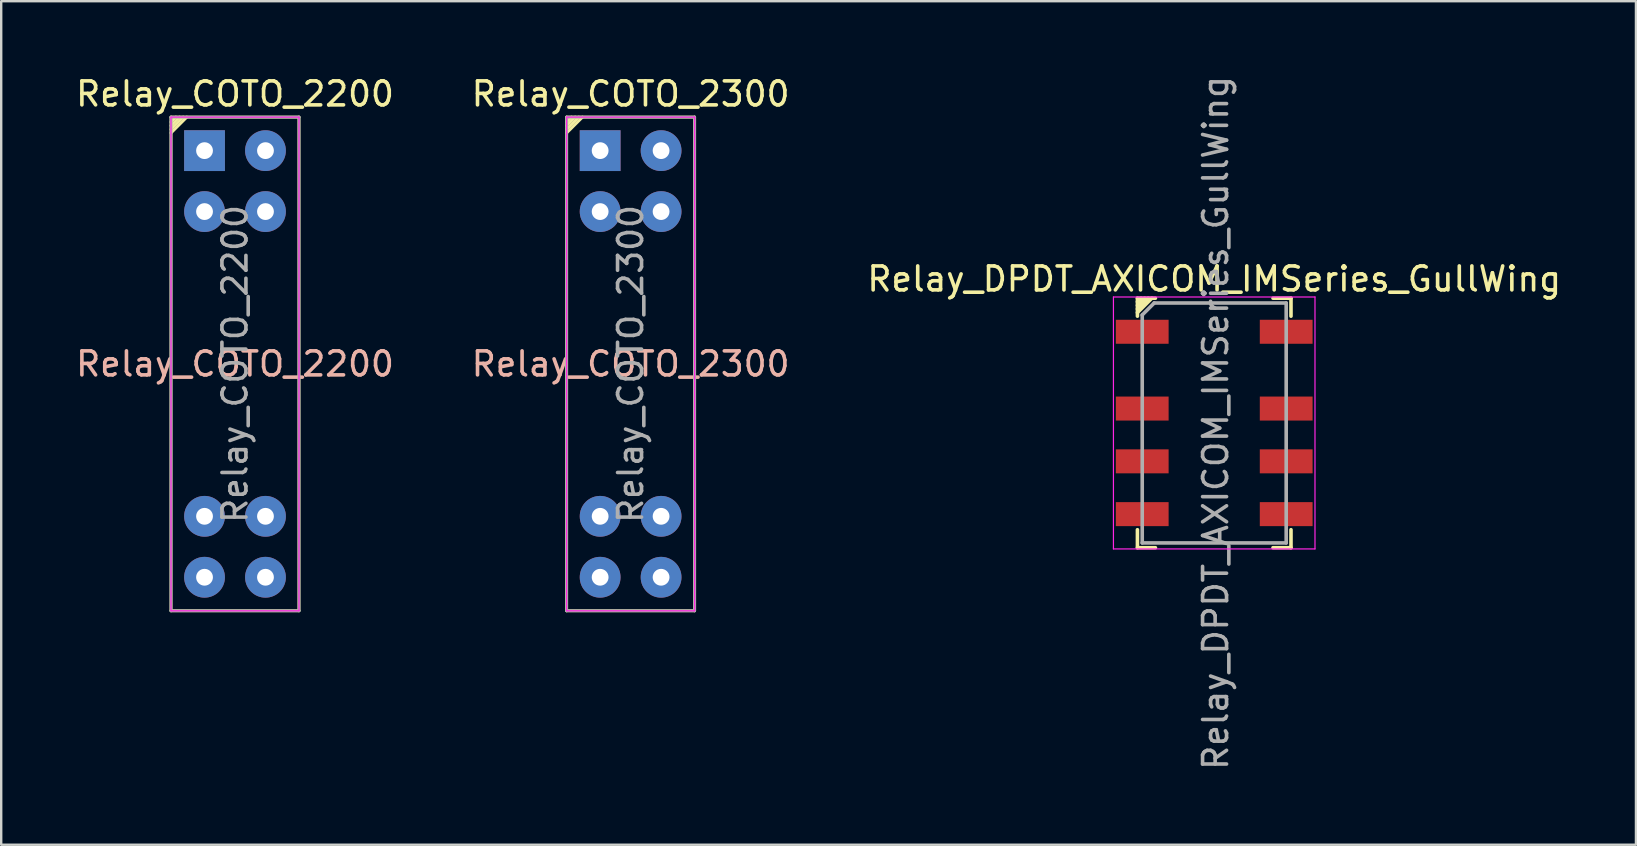
<source format=kicad_pcb>
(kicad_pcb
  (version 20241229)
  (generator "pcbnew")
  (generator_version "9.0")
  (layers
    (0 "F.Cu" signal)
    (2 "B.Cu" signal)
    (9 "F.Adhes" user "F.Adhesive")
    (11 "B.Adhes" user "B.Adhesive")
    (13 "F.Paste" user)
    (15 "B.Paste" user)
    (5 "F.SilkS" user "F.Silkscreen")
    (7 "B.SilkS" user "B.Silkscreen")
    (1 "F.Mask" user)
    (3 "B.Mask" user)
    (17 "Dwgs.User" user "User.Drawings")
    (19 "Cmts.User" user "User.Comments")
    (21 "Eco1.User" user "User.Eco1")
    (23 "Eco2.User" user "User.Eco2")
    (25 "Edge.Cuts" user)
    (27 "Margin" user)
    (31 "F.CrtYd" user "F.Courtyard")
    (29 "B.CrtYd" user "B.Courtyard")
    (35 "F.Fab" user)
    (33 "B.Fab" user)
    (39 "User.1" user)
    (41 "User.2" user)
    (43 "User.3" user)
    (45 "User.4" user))
  (footprint "Relay_COTO_2200"
    (layer "F.Cu")
    (at 6.744 12.118)
    (property "Reference" "Relay_COTO_2200" (at 0 -10.668 0) (layer "F.SilkS") (effects (font (size 1 1) (thickness 0.15)) (justify bottom)))
    (property "BotReference" "${REFERENCE}" (at 0 0 0) (layer "B.SilkS") (effects (font (size 1 1) (thickness 0.15))))
    (attr through_hole)
    (fp_line (start -2.667 -10.287) (end 2.667 -10.287) (stroke (width 0.12) (type solid)) (layer "F.SilkS"))
    (fp_line (start -2.667 -10.084) (end -2.464 -10.287) (stroke (width 0.12) (type solid)) (layer "F.SilkS"))
    (fp_line (start -2.667 -9.931) (end -2.311 -10.287) (stroke (width 0.12) (type solid)) (layer "F.SilkS"))
    (fp_line (start -2.667 -9.779) (end -2.159 -10.287) (stroke (width 0.12) (type solid)) (layer "F.SilkS"))
    (fp_line (start -2.667 -9.627) (end -2.007 -10.287) (stroke (width 0.12) (type solid)) (layer "F.SilkS"))
    (fp_line (start -2.667 10.287) (end -2.667 -10.287) (stroke (width 0.12) (type solid)) (layer "F.SilkS"))
    (fp_line (start 2.667 -10.287) (end 2.667 10.287) (stroke (width 0.12) (type solid)) (layer "F.SilkS"))
    (fp_line (start 2.667 10.287) (end -2.667 10.287) (stroke (width 0.12) (type solid)) (layer "F.SilkS"))
    (fp_line (start -2.667 10.287) (end -2.667 -10.287) (stroke (width 0.05) (type solid)) (layer "F.CrtYd"))
    (fp_line (start -2.667 10.287) (end 2.667 10.287) (stroke (width 0.05) (type solid)) (layer "F.CrtYd"))
    (fp_line (start 2.667 -10.287) (end -2.667 -10.287) (stroke (width 0.05) (type solid)) (layer "F.CrtYd"))
    (fp_line (start 2.667 -10.287) (end 2.667 10.287) (stroke (width 0.05) (type solid)) (layer "F.CrtYd"))
    (fp_line (start -2.667 -10.287) (end 2.667 -10.287) (stroke (width 0.12) (type solid)) (layer "F.Fab"))
    (fp_line (start -2.667 10.287) (end -2.667 -10.287) (stroke (width 0.12) (type solid)) (layer "F.Fab"))
    (fp_line (start 2.667 -10.287) (end 2.667 10.287) (stroke (width 0.12) (type solid)) (layer "F.Fab"))
    (fp_line (start 2.667 10.287) (end -2.667 10.287) (stroke (width 0.12) (type solid)) (layer "F.Fab"))
    (fp_text user "${REFERENCE}" (at 0 0 270) (layer "F.Fab") (effects (font (size 1 1) (thickness 0.15))))
    (pad "1" thru_hole rect (at -1.27 -8.89 270) (size 1.7 1.7) (drill 0.7) (layers "*.Cu" "*.Mask"))
    (pad "2" thru_hole circle (at -1.27 -6.35 270) (size 1.7 1.7) (drill 0.7) (layers "*.Cu" "*.Mask"))
    (pad "3" thru_hole circle (at -1.27 6.35 270) (size 1.7 1.7) (drill 0.7) (layers "*.Cu" "*.Mask"))
    (pad "4" thru_hole circle (at -1.27 8.89 270) (size 1.7 1.7) (drill 0.7) (layers "*.Cu" "*.Mask"))
    (pad "5" thru_hole circle (at 1.27 8.89 270) (size 1.7 1.7) (drill 0.7) (layers "*.Cu" "*.Mask"))
    (pad "6" thru_hole circle (at 1.27 6.35 270) (size 1.7 1.7) (drill 0.7) (layers "*.Cu" "*.Mask"))
    (pad "7" thru_hole circle (at 1.27 -6.35 270) (size 1.7 1.7) (drill 0.7) (layers "*.Cu" "*.Mask"))
    (pad "8" thru_hole circle (at 1.27 -8.89 270) (size 1.7 1.7) (drill 0.7) (layers "*.Cu" "*.Mask")))
  (footprint "Relay_DPDT_AXICOM_IMSeries_GullWing"
    (layer "F.Cu")
    (at 47.554 14.577)
    (property "Reference" "Relay_DPDT_AXICOM_IMSeries_GullWing" (at 0 -6 0) (layer "F.SilkS") (effects (font (size 1 1) (thickness 0.15))))
    (attr smd)
    (fp_line (start -3.2 -5.2) (end -3.2 -4.45) (stroke (width 0.15) (type solid)) (layer "F.SilkS"))
    (fp_line (start -3.2 4.45) (end -3.2 5.2) (stroke (width 0.15) (type solid)) (layer "F.SilkS"))
    (fp_line (start -3.2 5.2) (end -2.45 5.2) (stroke (width 0.15) (type solid)) (layer "F.SilkS"))
    (fp_line (start -3.05 -5.2) (end -3.2 -5.05) (stroke (width 0.15) (type solid)) (layer "F.SilkS"))
    (fp_line (start -2.9 -5.2) (end -3.2 -4.9) (stroke (width 0.15) (type solid)) (layer "F.SilkS"))
    (fp_line (start -2.75 -5.2) (end -3.2 -4.75) (stroke (width 0.15) (type solid)) (layer "F.SilkS"))
    (fp_line (start -2.6 -5.2) (end -3.2 -4.6) (stroke (width 0.15) (type solid)) (layer "F.SilkS"))
    (fp_line (start -2.45 -5.2) (end -3.2 -5.2) (stroke (width 0.15) (type solid)) (layer "F.SilkS"))
    (fp_line (start 2.45 -5.2) (end 3.2 -5.2) (stroke (width 0.15) (type solid)) (layer "F.SilkS"))
    (fp_line (start 2.45 5.2) (end 3.2 5.2) (stroke (width 0.15) (type solid)) (layer "F.SilkS"))
    (fp_line (start 3.2 -5.2) (end 3.2 -4.45) (stroke (width 0.15) (type solid)) (layer "F.SilkS"))
    (fp_line (start 3.2 4.45) (end 3.2 5.2) (stroke (width 0.15) (type solid)) (layer "F.SilkS"))
    (fp_line (start -4.2 -5.25) (end -4.2 5.25) (stroke (width 0.05) (type solid)) (layer "F.CrtYd"))
    (fp_line (start -4.2 5.25) (end 4.2 5.25) (stroke (width 0.05) (type solid)) (layer "F.CrtYd"))
    (fp_line (start 4.2 -5.25) (end -4.2 -5.25) (stroke (width 0.05) (type solid)) (layer "F.CrtYd"))
    (fp_line (start 4.2 5.25) (end 4.2 -5.25) (stroke (width 0.05) (type solid)) (layer "F.CrtYd"))
    (fp_line (start -3 -4.5) (end -2.5 -5) (stroke (width 0.15) (type solid)) (layer "F.Fab"))
    (fp_line (start -3 5) (end -3 -4.5) (stroke (width 0.15) (type solid)) (layer "F.Fab"))
    (fp_line (start -2.5 -5) (end 3 -5) (stroke (width 0.15) (type solid)) (layer "F.Fab"))
    (fp_line (start 3 -5) (end 3 5) (stroke (width 0.15) (type solid)) (layer "F.Fab"))
    (fp_line (start 3 5) (end -3 5) (stroke (width 0.15) (type solid)) (layer "F.Fab"))
    (fp_text user "${REFERENCE}" (at 0.06 0 90) (layer "F.Fab") (effects (font (size 1 1) (thickness 0.15))))
    (pad "1" smd rect (at -3 -3.8) (size 2.2 1) (layers "F.Cu" "F.Mask" "F.Paste"))
    (pad "2" smd rect (at -3 -0.6) (size 2.2 1) (layers "F.Cu" "F.Mask" "F.Paste"))
    (pad "3" smd rect (at -3 1.6) (size 2.2 1) (layers "F.Cu" "F.Mask" "F.Paste"))
    (pad "4" smd rect (at -3 3.8) (size 2.2 1) (layers "F.Cu" "F.Mask" "F.Paste"))
    (pad "5" smd rect (at 3 3.8) (size 2.2 1) (layers "F.Cu" "F.Mask" "F.Paste"))
    (pad "6" smd rect (at 3 1.6) (size 2.2 1) (layers "F.Cu" "F.Mask" "F.Paste"))
    (pad "7" smd rect (at 3 -0.6) (size 2.2 1) (layers "F.Cu" "F.Mask" "F.Paste"))
    (pad "8" smd rect (at 3 -3.8) (size 2.2 1) (layers "F.Cu" "F.Mask" "F.Paste")))
  (footprint "Relay_COTO_2300"
    (layer "F.Cu")
    (at 23.232 12.118)
    (property "Reference" "Relay_COTO_2300" (at 0 -10.668 0) (layer "F.SilkS") (effects (font (size 1 1) (thickness 0.15)) (justify bottom)))
    (property "BotReference" "${REFERENCE}" (at 0 0 0) (layer "B.SilkS") (effects (font (size 1 1) (thickness 0.15))))
    (attr through_hole)
    (fp_line (start -2.667 -10.287) (end 2.667 -10.287) (stroke (width 0.12) (type solid)) (layer "F.SilkS"))
    (fp_line (start -2.667 -10.084) (end -2.464 -10.287) (stroke (width 0.12) (type solid)) (layer "F.SilkS"))
    (fp_line (start -2.667 -9.931) (end -2.311 -10.287) (stroke (width 0.12) (type solid)) (layer "F.SilkS"))
    (fp_line (start -2.667 -9.779) (end -2.159 -10.287) (stroke (width 0.12) (type solid)) (layer "F.SilkS"))
    (fp_line (start -2.667 -9.627) (end -2.007 -10.287) (stroke (width 0.12) (type solid)) (layer "F.SilkS"))
    (fp_line (start -2.667 10.287) (end -2.667 -10.287) (stroke (width 0.12) (type solid)) (layer "F.SilkS"))
    (fp_line (start 2.667 -10.287) (end 2.667 10.287) (stroke (width 0.12) (type solid)) (layer "F.SilkS"))
    (fp_line (start 2.667 10.287) (end -2.667 10.287) (stroke (width 0.12) (type solid)) (layer "F.SilkS"))
    (fp_line (start -2.667 10.287) (end -2.667 -10.287) (stroke (width 0.05) (type solid)) (layer "F.CrtYd"))
    (fp_line (start -2.667 10.287) (end 2.667 10.287) (stroke (width 0.05) (type solid)) (layer "F.CrtYd"))
    (fp_line (start 2.667 -10.287) (end -2.667 -10.287) (stroke (width 0.05) (type solid)) (layer "F.CrtYd"))
    (fp_line (start 2.667 -10.287) (end 2.667 10.287) (stroke (width 0.05) (type solid)) (layer "F.CrtYd"))
    (fp_line (start -2.667 -10.287) (end 2.667 -10.287) (stroke (width 0.12) (type solid)) (layer "F.Fab"))
    (fp_line (start -2.667 10.287) (end -2.667 -10.287) (stroke (width 0.12) (type solid)) (layer "F.Fab"))
    (fp_line (start 2.667 -10.287) (end 2.667 10.287) (stroke (width 0.12) (type solid)) (layer "F.Fab"))
    (fp_line (start 2.667 10.287) (end -2.667 10.287) (stroke (width 0.12) (type solid)) (layer "F.Fab"))
    (fp_text user "${REFERENCE}" (at 0 0 270) (layer "F.Fab") (effects (font (size 1 1) (thickness 0.15))))
    (pad "1" thru_hole rect (at -1.27 -8.89 270) (size 1.7 1.7) (drill 0.7) (layers "*.Cu" "*.Mask"))
    (pad "2" thru_hole circle (at -1.27 -6.35 270) (size 1.7 1.7) (drill 0.7) (layers "*.Cu" "*.Mask"))
    (pad "3" thru_hole circle (at -1.27 6.35 270) (size 1.7 1.7) (drill 0.7) (layers "*.Cu" "*.Mask"))
    (pad "4" thru_hole circle (at -1.27 8.89 270) (size 1.7 1.7) (drill 0.7) (layers "*.Cu" "*.Mask"))
    (pad "5" thru_hole circle (at 1.27 8.89 270) (size 1.7 1.7) (drill 0.7) (layers "*.Cu" "*.Mask"))
    (pad "6" thru_hole circle (at 1.27 6.35 270) (size 1.7 1.7) (drill 0.7) (layers "*.Cu" "*.Mask"))
    (pad "7" thru_hole circle (at 1.27 -6.35 270) (size 1.7 1.7) (drill 0.7) (layers "*.Cu" "*.Mask"))
    (pad "8" thru_hole circle (at 1.27 -8.89 270) (size 1.7 1.7) (drill 0.7) (layers "*.Cu" "*.Mask")))
  (gr_rect
    (start -3 -3)
    (end 65.131 32.155)
    (stroke (width 0.1) (type default))
    (fill no)
    (layer "Edge.Cuts")))
</source>
